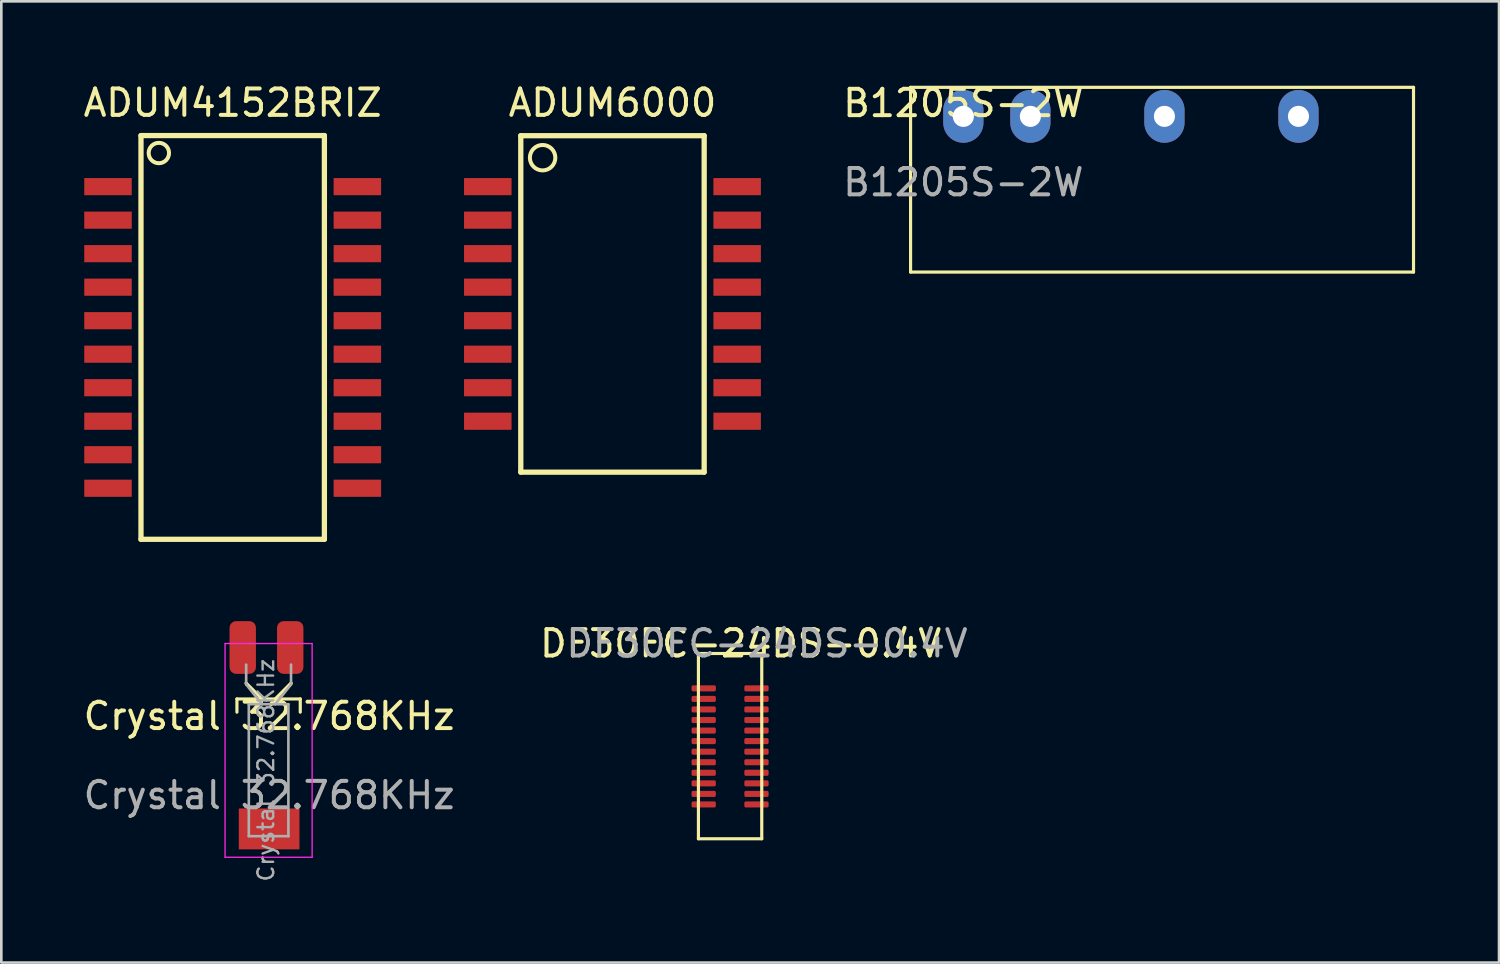
<source format=kicad_pcb>
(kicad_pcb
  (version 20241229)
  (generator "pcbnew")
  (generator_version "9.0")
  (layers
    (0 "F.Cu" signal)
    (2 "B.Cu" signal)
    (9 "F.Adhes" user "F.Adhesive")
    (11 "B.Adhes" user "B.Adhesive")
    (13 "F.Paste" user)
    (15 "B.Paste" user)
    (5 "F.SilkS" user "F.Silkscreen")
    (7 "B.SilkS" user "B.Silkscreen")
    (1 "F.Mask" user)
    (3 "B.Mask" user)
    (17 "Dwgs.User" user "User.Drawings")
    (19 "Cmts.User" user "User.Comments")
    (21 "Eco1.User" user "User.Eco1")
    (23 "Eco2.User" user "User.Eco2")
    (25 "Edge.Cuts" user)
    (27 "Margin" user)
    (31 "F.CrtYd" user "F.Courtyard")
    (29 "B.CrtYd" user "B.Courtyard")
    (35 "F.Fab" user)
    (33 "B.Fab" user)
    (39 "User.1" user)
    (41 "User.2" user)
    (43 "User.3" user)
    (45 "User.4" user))
  (footprint "ADUM4152BRIZ"
    (layer "F.Cu")
    (at 5.768 9.738)
    (property "Reference" "ADUM4152BRIZ" (at 0 -8.89 0) (layer "F.SilkS") (effects (font (size 1 1) (thickness 0.15))))
    (attr through_hole)
    (fp_line (start -3.475 -7.65) (end 3.475 -7.65) (stroke (width 0.2) (type solid)) (layer "F.SilkS"))
    (fp_line (start -3.475 7.65) (end -3.475 -7.65) (stroke (width 0.2) (type solid)) (layer "F.SilkS"))
    (fp_line (start 3.475 -7.65) (end 3.475 7.65) (stroke (width 0.2) (type solid)) (layer "F.SilkS"))
    (fp_line (start 3.475 7.65) (end -3.475 7.65) (stroke (width 0.2) (type solid)) (layer "F.SilkS"))
    (fp_circle (center -2.798 -6.989) (end -2.412 -6.989) (stroke (width 0.152) (type solid)) (fill no) (layer "F.SilkS"))
    (pad "1" smd rect (at -4.725 -5.715) (size 1.8 0.65) (layers "F.Cu" "F.Mask" "F.Paste"))
    (pad "2" smd rect (at -4.725 -4.445) (size 1.8 0.65) (layers "F.Cu" "F.Mask" "F.Paste"))
    (pad "3" smd rect (at -4.725 -3.175) (size 1.8 0.65) (layers "F.Cu" "F.Mask" "F.Paste"))
    (pad "4" smd rect (at -4.725 -1.905) (size 1.8 0.65) (layers "F.Cu" "F.Mask" "F.Paste"))
    (pad "5" smd rect (at -4.725 -0.635) (size 1.8 0.65) (layers "F.Cu" "F.Mask" "F.Paste"))
    (pad "6" smd rect (at -4.725 0.635) (size 1.8 0.65) (layers "F.Cu" "F.Mask" "F.Paste"))
    (pad "7" smd rect (at -4.725 1.905) (size 1.8 0.65) (layers "F.Cu" "F.Mask" "F.Paste"))
    (pad "8" smd rect (at -4.725 3.175) (size 1.8 0.65) (layers "F.Cu" "F.Mask" "F.Paste"))
    (pad "9" smd rect (at -4.725 4.445) (size 1.8 0.65) (layers "F.Cu" "F.Mask" "F.Paste"))
    (pad "10" smd rect (at -4.725 5.715) (size 1.8 0.65) (layers "F.Cu" "F.Mask" "F.Paste"))
    (pad "11" smd rect (at 4.725 5.715) (size 1.8 0.65) (layers "F.Cu" "F.Mask" "F.Paste"))
    (pad "12" smd rect (at 4.725 4.445) (size 1.8 0.65) (layers "F.Cu" "F.Mask" "F.Paste"))
    (pad "13" smd rect (at 4.725 3.175) (size 1.8 0.65) (layers "F.Cu" "F.Mask" "F.Paste"))
    (pad "14" smd rect (at 4.725 1.905) (size 1.8 0.65) (layers "F.Cu" "F.Mask" "F.Paste"))
    (pad "15" smd rect (at 4.725 0.635) (size 1.8 0.65) (layers "F.Cu" "F.Mask" "F.Paste"))
    (pad "16" smd rect (at 4.725 -0.635) (size 1.8 0.65) (layers "F.Cu" "F.Mask" "F.Paste"))
    (pad "17" smd rect (at 4.725 -1.905) (size 1.8 0.65) (layers "F.Cu" "F.Mask" "F.Paste"))
    (pad "18" smd rect (at 4.725 -3.175) (size 1.8 0.65) (layers "F.Cu" "F.Mask" "F.Paste"))
    (pad "19" smd rect (at 4.725 -4.445) (size 1.8 0.65) (layers "F.Cu" "F.Mask" "F.Paste"))
    (pad "20" smd rect (at 4.725 -5.715) (size 1.8 0.65) (layers "F.Cu" "F.Mask" "F.Paste")))
  (footprint "B1205S-2W"
    (layer "F.Cu")
    (at 33.458 1.36)
    (property "Reference" "B1205S-2W" (at 0 -0.5 0) (unlocked yes) (layer "F.SilkS") (effects (font (size 1 1) (thickness 0.15))))
    (attr through_hole)
    (fp_line (start -2 -1.1) (end -2 5.9) (stroke (width 0.12) (type solid)) (layer "F.SilkS"))
    (fp_line (start -2 -1.1) (end 17.06 -1.1) (stroke (width 0.12) (type solid)) (layer "F.SilkS"))
    (fp_line (start -2 5.9) (end 17.06 5.9) (stroke (width 0.12) (type solid)) (layer "F.SilkS"))
    (fp_line (start 17.06 -1.1) (end 17.06 5.9) (stroke (width 0.12) (type solid)) (layer "F.SilkS"))
    (fp_rect (start -2.16 -1.3) (end 17.24 6.1) (stroke (width 0.12) (type solid)) (fill no) (layer "Margin"))
    (fp_text user "${REFERENCE}" (at 0 2.5 0) (unlocked yes) (layer "F.Fab") (effects (font (size 1 1) (thickness 0.15))))
    (pad "1" thru_hole oval (at 0 0) (size 1.524 2) (drill 0.8) (layers "*.Cu" "*.Mask"))
    (pad "2" thru_hole oval (at 2.54 0) (size 1.524 2) (drill 0.8) (layers "*.Cu" "*.Mask"))
    (pad "4" thru_hole oval (at 7.62 0) (size 1.524 2) (drill 0.8) (layers "*.Cu" "*.Mask"))
    (pad "6" thru_hole oval (at 12.7 0) (size 1.524 2) (drill 0.8) (layers "*.Cu" "*.Mask")))
  (footprint "DF30FC-24DS-0.4V"
    (layer "F.Cu")
    (at 24.618 25.236)
    (property "Reference" "DF30FC-24DS-0.4V" (at 0.4 -3.9 0) (unlocked yes) (layer "F.SilkS") (effects (font (size 1 1) (thickness 0.15))))
    (attr smd)
    (fp_line (start -1.2 -3.52) (end -1.2 3.5) (stroke (width 0.12) (type solid)) (layer "F.SilkS"))
    (fp_line (start -1.2 -3.52) (end 1.2 -3.52) (stroke (width 0.12) (type solid)) (layer "F.SilkS"))
    (fp_line (start -1.2 3.5) (end 1.2 3.5) (stroke (width 0.12) (type solid)) (layer "F.SilkS"))
    (fp_line (start 1.2 -3.52) (end 1.2 3.5) (stroke (width 0.12) (type solid)) (layer "F.SilkS"))
    (fp_text user "${REFERENCE}" (at 1.4 -3.9 0) (unlocked yes) (layer "F.Fab") (effects (font (size 1 1) (thickness 0.15))))
    (pad "1" smd roundrect (at -1 -2.2 270) (size 0.23 0.92) (layers "F.Cu" "F.Mask" "F.Paste") (roundrect_rratio 0.25))
    (pad "2" smd roundrect (at 1 -2.2 270) (size 0.23 0.92) (layers "F.Cu" "F.Mask" "F.Paste") (roundrect_rratio 0.25))
    (pad "3" smd roundrect (at -1 -1.8 270) (size 0.23 0.92) (layers "F.Cu" "F.Mask" "F.Paste") (roundrect_rratio 0.25))
    (pad "4" smd roundrect (at 1 -1.8 270) (size 0.23 0.92) (layers "F.Cu" "F.Mask" "F.Paste") (roundrect_rratio 0.25))
    (pad "5" smd roundrect (at -1 -1.4 270) (size 0.23 0.92) (layers "F.Cu" "F.Mask" "F.Paste") (roundrect_rratio 0.25))
    (pad "6" smd roundrect (at 1 -1.4 270) (size 0.23 0.92) (layers "F.Cu" "F.Mask" "F.Paste") (roundrect_rratio 0.25))
    (pad "7" smd roundrect (at -1 -1 270) (size 0.23 0.92) (layers "F.Cu" "F.Mask" "F.Paste") (roundrect_rratio 0.25))
    (pad "8" smd roundrect (at 1 -1 270) (size 0.23 0.92) (layers "F.Cu" "F.Mask" "F.Paste") (roundrect_rratio 0.25))
    (pad "9" smd roundrect (at -1 -0.6 270) (size 0.23 0.92) (layers "F.Cu" "F.Mask" "F.Paste") (roundrect_rratio 0.25))
    (pad "10" smd roundrect (at 1 -0.6 270) (size 0.23 0.92) (layers "F.Cu" "F.Mask" "F.Paste") (roundrect_rratio 0.25))
    (pad "11" smd roundrect (at -1 -0.2 270) (size 0.23 0.92) (layers "F.Cu" "F.Mask" "F.Paste") (roundrect_rratio 0.25))
    (pad "12" smd roundrect (at 1 -0.2 270) (size 0.23 0.92) (layers "F.Cu" "F.Mask" "F.Paste") (roundrect_rratio 0.25))
    (pad "13" smd roundrect (at -1 0.2 270) (size 0.23 0.92) (layers "F.Cu" "F.Mask" "F.Paste") (roundrect_rratio 0.25))
    (pad "14" smd roundrect (at 1 0.2 270) (size 0.23 0.92) (layers "F.Cu" "F.Mask" "F.Paste") (roundrect_rratio 0.25))
    (pad "15" smd roundrect (at -1 0.6 270) (size 0.23 0.92) (layers "F.Cu" "F.Mask" "F.Paste") (roundrect_rratio 0.25))
    (pad "16" smd roundrect (at 1 0.6 270) (size 0.23 0.92) (layers "F.Cu" "F.Mask" "F.Paste") (roundrect_rratio 0.25))
    (pad "17" smd roundrect (at -1 1 270) (size 0.23 0.92) (layers "F.Cu" "F.Mask" "F.Paste") (roundrect_rratio 0.25))
    (pad "18" smd roundrect (at 1 1 270) (size 0.23 0.92) (layers "F.Cu" "F.Mask" "F.Paste") (roundrect_rratio 0.25))
    (pad "19" connect roundrect (at -1 1.4 270) (size 0.23 0.92) (layers "F.Cu" "F.Mask") (roundrect_rratio 0.25))
    (pad "20" connect roundrect (at 1 1.4 270) (size 0.23 0.92) (layers "F.Cu" "F.Mask") (roundrect_rratio 0.25))
    (pad "21" smd roundrect (at -1 1.8 270) (size 0.23 0.92) (layers "F.Cu" "F.Mask" "F.Paste") (roundrect_rratio 0.25))
    (pad "22" smd roundrect (at 1 1.8 270) (size 0.23 0.92) (layers "F.Cu" "F.Mask" "F.Paste") (roundrect_rratio 0.25))
    (pad "23" smd roundrect (at -1 2.2 270) (size 0.23 0.92) (layers "F.Cu" "F.Mask" "F.Paste") (roundrect_rratio 0.25))
    (pad "24" smd roundrect (at 1 2.2 270) (size 0.23 0.92) (layers "F.Cu" "F.Mask" "F.Paste") (roundrect_rratio 0.25)))
  (footprint "ADUM6000"
    (layer "F.Cu")
    (at 20.161 8.468)
    (property "Reference" "ADUM6000" (at 0 -7.62 0) (layer "F.SilkS") (effects (font (size 1 1) (thickness 0.15))))
    (attr through_hole)
    (fp_line (start -3.475 -6.375) (end 3.475 -6.375) (stroke (width 0.2) (type solid)) (layer "F.SilkS"))
    (fp_line (start -3.475 6.375) (end -3.475 -6.375) (stroke (width 0.2) (type solid)) (layer "F.SilkS"))
    (fp_line (start 3.475 -6.375) (end 3.475 6.375) (stroke (width 0.2) (type solid)) (layer "F.SilkS"))
    (fp_line (start 3.475 6.375) (end -3.475 6.375) (stroke (width 0.2) (type solid)) (layer "F.SilkS"))
    (fp_circle (center -2.648 -5.542) (end -2.166 -5.542) (stroke (width 0.152) (type solid)) (fill no) (layer "F.SilkS"))
    (pad "1" smd rect (at -4.725 -4.445) (size 1.8 0.65) (layers "F.Cu" "F.Mask" "F.Paste"))
    (pad "2" smd rect (at -4.725 -3.175) (size 1.8 0.65) (layers "F.Cu" "F.Mask" "F.Paste"))
    (pad "3" smd rect (at -4.725 -1.905) (size 1.8 0.65) (layers "F.Cu" "F.Mask" "F.Paste"))
    (pad "4" smd rect (at -4.725 -0.635) (size 1.8 0.65) (layers "F.Cu" "F.Mask" "F.Paste"))
    (pad "5" smd rect (at -4.725 0.635) (size 1.8 0.65) (layers "F.Cu" "F.Mask" "F.Paste"))
    (pad "6" smd rect (at -4.725 1.905) (size 1.8 0.65) (layers "F.Cu" "F.Mask" "F.Paste"))
    (pad "7" smd rect (at -4.725 3.175) (size 1.8 0.65) (layers "F.Cu" "F.Mask" "F.Paste"))
    (pad "8" smd rect (at -4.725 4.445) (size 1.8 0.65) (layers "F.Cu" "F.Mask" "F.Paste"))
    (pad "9" smd rect (at 4.725 4.445) (size 1.8 0.65) (layers "F.Cu" "F.Mask" "F.Paste"))
    (pad "10" smd rect (at 4.725 3.175) (size 1.8 0.65) (layers "F.Cu" "F.Mask" "F.Paste"))
    (pad "11" smd rect (at 4.725 1.905) (size 1.8 0.65) (layers "F.Cu" "F.Mask" "F.Paste"))
    (pad "12" smd rect (at 4.725 0.635) (size 1.8 0.65) (layers "F.Cu" "F.Mask" "F.Paste"))
    (pad "13" smd rect (at 4.725 -0.635) (size 1.8 0.65) (layers "F.Cu" "F.Mask" "F.Paste"))
    (pad "14" smd rect (at 4.725 -1.905) (size 1.8 0.65) (layers "F.Cu" "F.Mask" "F.Paste"))
    (pad "15" smd rect (at 4.725 -3.175) (size 1.8 0.65) (layers "F.Cu" "F.Mask" "F.Paste"))
    (pad "16" smd rect (at 4.725 -4.445) (size 1.8 0.65) (layers "F.Cu" "F.Mask" "F.Paste")))
  (footprint "Crystal 32.768KHz"
    (layer "F.Cu")
    (at 7.149 24.588)
    (property "Reference" "Crystal 32.768KHz" (at 0 -0.5 0) (unlocked yes) (layer "F.SilkS") (effects (font (size 1 1) (thickness 0.15))))
    (attr smd)
    (fp_line (start -1.22 -1.15) (end 1.18 -1.15) (stroke (width 0.12) (type solid)) (layer "F.SilkS"))
    (fp_line (start -1.22 -0.65) (end -1.22 -1.15) (stroke (width 0.12) (type solid)) (layer "F.SilkS"))
    (fp_line (start -0.87 -1.75) (end -0.87 -1.75) (stroke (width 0.12) (type solid)) (layer "F.SilkS"))
    (fp_line (start -0.27 -1.15) (end -0.87 -1.75) (stroke (width 0.12) (type solid)) (layer "F.SilkS"))
    (fp_line (start 0.23 -1.15) (end 0.83 -1.75) (stroke (width 0.12) (type solid)) (layer "F.SilkS"))
    (fp_line (start 0.83 -1.75) (end 0.83 -1.75) (stroke (width 0.12) (type solid)) (layer "F.SilkS"))
    (fp_line (start 1.18 -1.15) (end 1.18 -0.65) (stroke (width 0.12) (type solid)) (layer "F.SilkS"))
    (fp_line (start -1.67 -3.25) (end -1.67 4.85) (stroke (width 0.05) (type solid)) (layer "F.CrtYd"))
    (fp_line (start -1.67 4.85) (end 1.63 4.85) (stroke (width 0.05) (type solid)) (layer "F.CrtYd"))
    (fp_line (start 1.63 -3.25) (end -1.67 -3.25) (stroke (width 0.05) (type solid)) (layer "F.CrtYd"))
    (fp_line (start 1.63 4.85) (end 1.63 -3.25) (stroke (width 0.05) (type solid)) (layer "F.CrtYd"))
    (fp_line (start -0.87 -1.7) (end -0.87 -2.45) (stroke (width 0.1) (type solid)) (layer "F.Fab"))
    (fp_line (start -0.77 -0.95) (end -0.77 4.05) (stroke (width 0.1) (type solid)) (layer "F.Fab"))
    (fp_line (start -0.77 4.05) (end 0.73 4.05) (stroke (width 0.1) (type solid)) (layer "F.Fab"))
    (fp_line (start -0.27 -0.95) (end -0.87 -1.7) (stroke (width 0.1) (type solid)) (layer "F.Fab"))
    (fp_line (start 0.23 -0.95) (end 0.83 -1.7) (stroke (width 0.1) (type solid)) (layer "F.Fab"))
    (fp_line (start 0.73 -0.95) (end -0.77 -0.95) (stroke (width 0.1) (type solid)) (layer "F.Fab"))
    (fp_line (start 0.73 4.05) (end 0.73 -0.95) (stroke (width 0.1) (type solid)) (layer "F.Fab"))
    (fp_line (start 0.83 -1.7) (end 0.83 -2.45) (stroke (width 0.1) (type solid)) (layer "F.Fab"))
    (fp_text user "${REFERENCE}" (at 0 2.5 0) (unlocked yes) (layer "F.Fab") (effects (font (size 1 1) (thickness 0.15))))
    (fp_text user "${REFERENCE}" (at -0.12 1.55 90) (layer "F.Fab") (effects (font (size 0.6 0.6) (thickness 0.09))))
    (pad "1" smd roundrect (at 0.8 -3.1 90) (size 2 1) (layers "F.Cu" "F.Mask" "F.Paste") (roundrect_rratio 0.25))
    (pad "2" smd roundrect (at -1 -3.1 90) (size 2 1) (layers "F.Cu" "F.Mask" "F.Paste") (roundrect_rratio 0.25))
    (pad "3" smd rect (at 0 3.775) (size 2.3 1.55) (layers "F.Cu" "F.Mask" "F.Paste")))
  (gr_rect
    (start -3 -3)
    (end 53.758 33.428)
    (stroke (width 0.1) (type default))
    (fill no)
    (layer "Edge.Cuts")))
</source>
